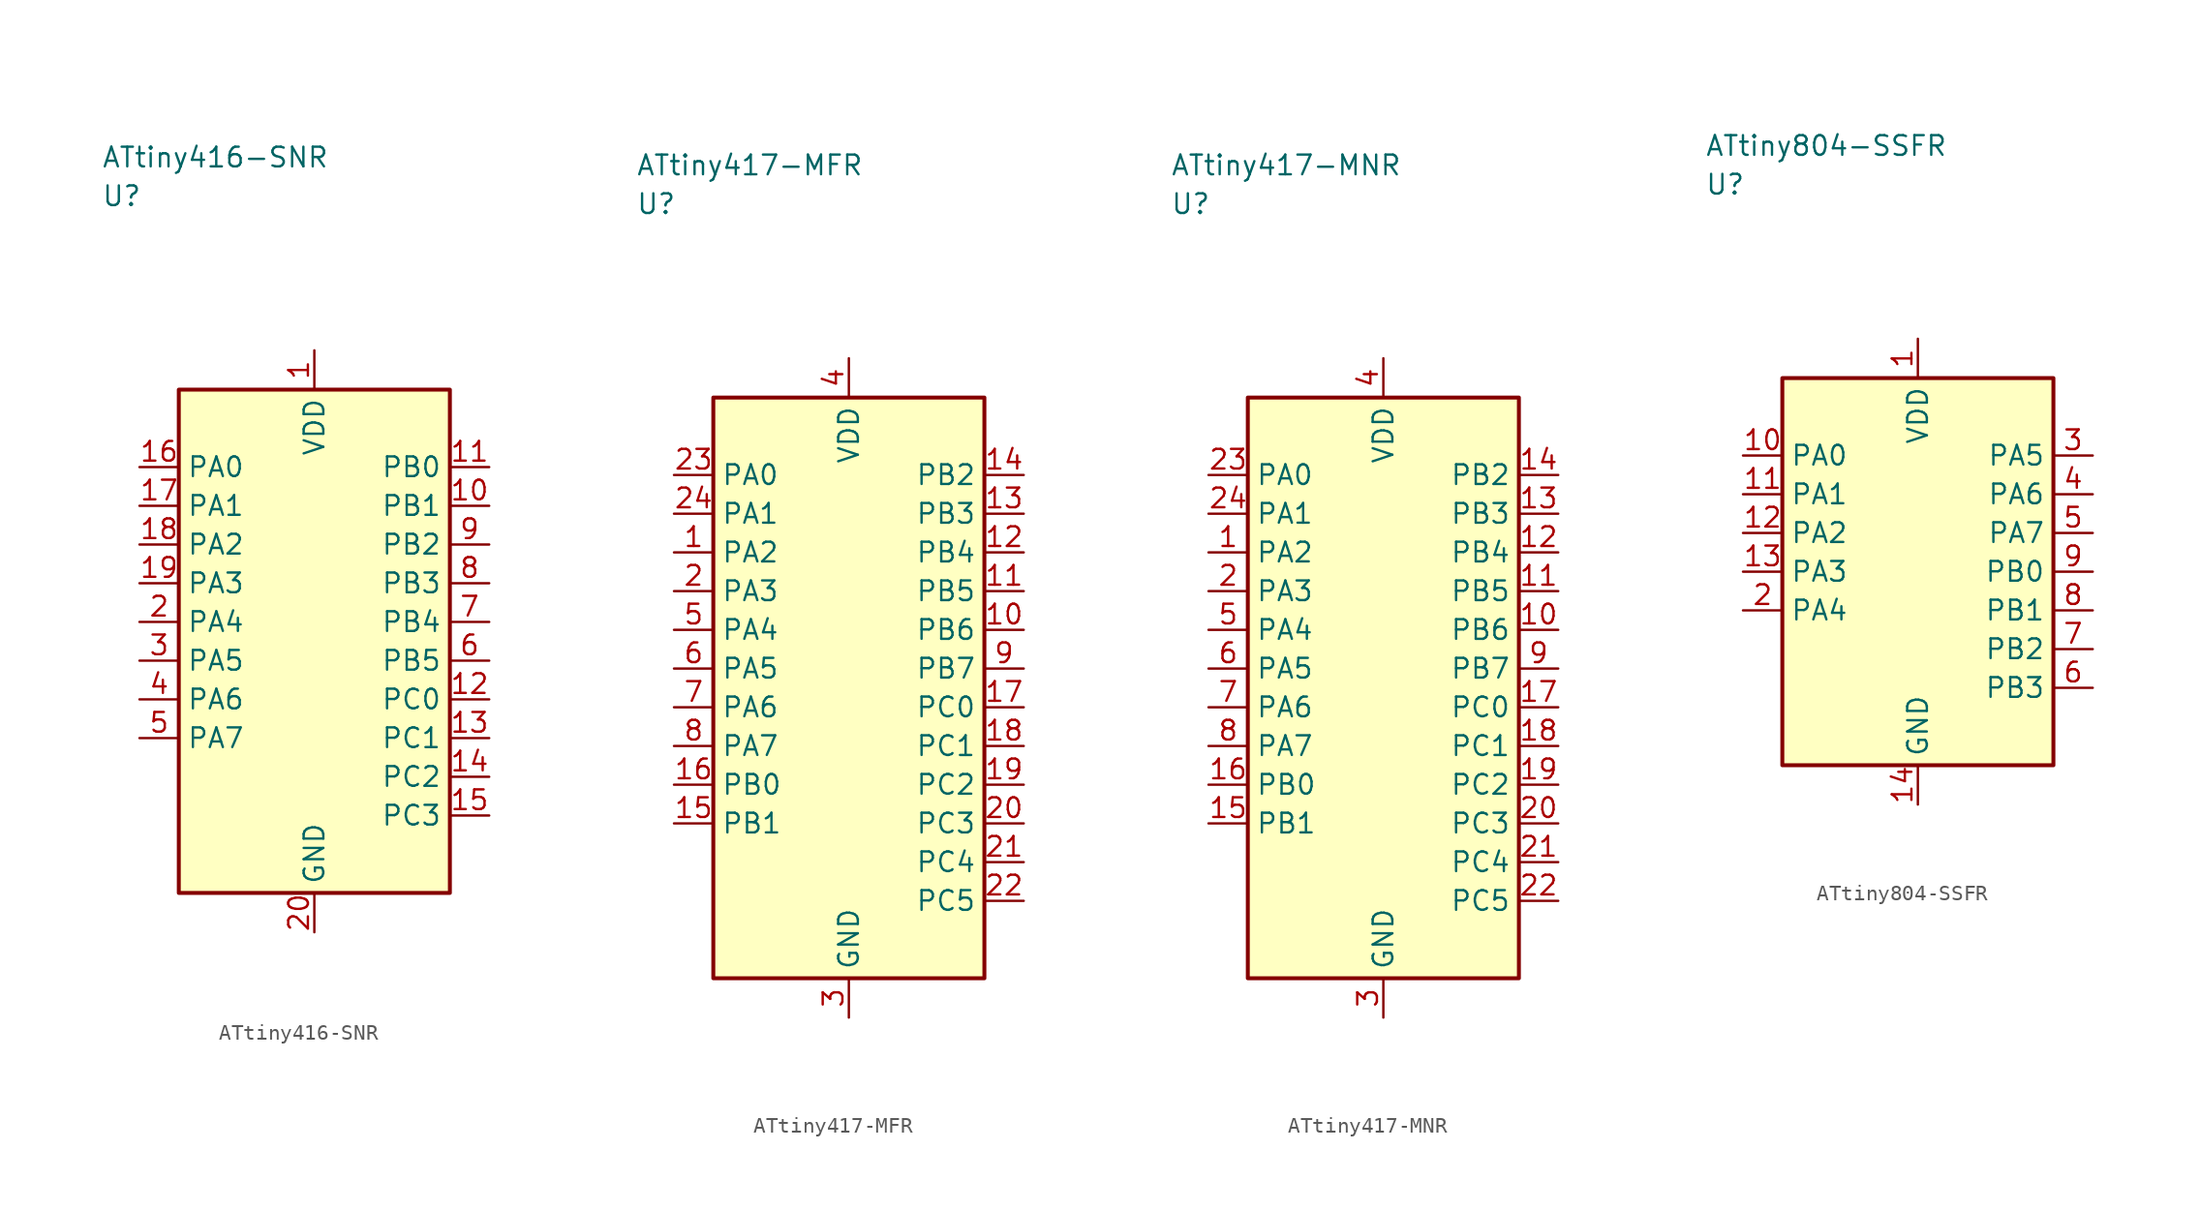
<source format=kicad_sym>
(kicad_symbol_lib
  (version 20241025)
  (generator "kicad_symbol_editor")
  (generator_version "8.0")
  (symbol "ATtiny416-SNR"
    (property "Reference" "U"
      (at -13.75 28.75 0)
      (effects (font (size 1.27 1.27)) (justify left)))
    (property "Value" "ATtiny416-SNR"
      (at -13.75 31.25 0)
      (effects (font (size 1.27 1.27)) (justify left)))
    (symbol "ATtiny416-SNR_0_1"
      (rectangle (start -8.75 16.25) (end 8.75 -16.25) (stroke (width 0.254) (type default)) (fill (type background))))
    (symbol "ATtiny416-SNR_1_1"
      (pin power_in line (at 0.0 18.79 270.0) (length 2.54) (name "VDD" (effects (font (size 1.27 1.27)))) (number "1" (effects (font (size 1.27 1.27)))))
      (pin bidirectional line (at -11.29 1.25 0.0) (length 2.54) (name "PA4" (effects (font (size 1.27 1.27)))) (number "2" (effects (font (size 1.27 1.27)))))
      (pin bidirectional line (at -11.29 -1.25 0.0) (length 2.54) (name "PA5" (effects (font (size 1.27 1.27)))) (number "3" (effects (font (size 1.27 1.27)))))
      (pin bidirectional line (at -11.29 -3.75 0.0) (length 2.54) (name "PA6" (effects (font (size 1.27 1.27)))) (number "4" (effects (font (size 1.27 1.27)))))
      (pin bidirectional line (at -11.29 -6.25 0.0) (length 2.54) (name "PA7" (effects (font (size 1.27 1.27)))) (number "5" (effects (font (size 1.27 1.27)))))
      (pin bidirectional line (at 11.29 -1.25 180.0) (length 2.54) (name "PB5" (effects (font (size 1.27 1.27)))) (number "6" (effects (font (size 1.27 1.27)))))
      (pin bidirectional line (at 11.29 1.25 180.0) (length 2.54) (name "PB4" (effects (font (size 1.27 1.27)))) (number "7" (effects (font (size 1.27 1.27)))))
      (pin bidirectional line (at 11.29 3.75 180.0) (length 2.54) (name "PB3" (effects (font (size 1.27 1.27)))) (number "8" (effects (font (size 1.27 1.27)))))
      (pin bidirectional line (at 11.29 6.25 180.0) (length 2.54) (name "PB2" (effects (font (size 1.27 1.27)))) (number "9" (effects (font (size 1.27 1.27)))))
      (pin bidirectional line (at 11.29 8.75 180.0) (length 2.54) (name "PB1" (effects (font (size 1.27 1.27)))) (number "10" (effects (font (size 1.27 1.27)))))
      (pin bidirectional line (at 11.29 11.25 180.0) (length 2.54) (name "PB0" (effects (font (size 1.27 1.27)))) (number "11" (effects (font (size 1.27 1.27)))))
      (pin bidirectional line (at 11.29 -3.75 180.0) (length 2.54) (name "PC0" (effects (font (size 1.27 1.27)))) (number "12" (effects (font (size 1.27 1.27)))))
      (pin bidirectional line (at 11.29 -6.25 180.0) (length 2.54) (name "PC1" (effects (font (size 1.27 1.27)))) (number "13" (effects (font (size 1.27 1.27)))))
      (pin bidirectional line (at 11.29 -8.75 180.0) (length 2.54) (name "PC2" (effects (font (size 1.27 1.27)))) (number "14" (effects (font (size 1.27 1.27)))))
      (pin bidirectional line (at 11.29 -11.25 180.0) (length 2.54) (name "PC3" (effects (font (size 1.27 1.27)))) (number "15" (effects (font (size 1.27 1.27)))))
      (pin bidirectional line (at -11.29 11.25 0.0) (length 2.54) (name "PA0" (effects (font (size 1.27 1.27)))) (number "16" (effects (font (size 1.27 1.27)))))
      (pin bidirectional line (at -11.29 8.75 0.0) (length 2.54) (name "PA1" (effects (font (size 1.27 1.27)))) (number "17" (effects (font (size 1.27 1.27)))))
      (pin bidirectional line (at -11.29 6.25 0.0) (length 2.54) (name "PA2" (effects (font (size 1.27 1.27)))) (number "18" (effects (font (size 1.27 1.27)))))
      (pin bidirectional line (at -11.29 3.75 0.0) (length 2.54) (name "PA3" (effects (font (size 1.27 1.27)))) (number "19" (effects (font (size 1.27 1.27)))))
      (pin passive line (at 0.0 -18.79 90.0) (length 2.54) (name "GND" (effects (font (size 1.27 1.27)))) (number "20" (effects (font (size 1.27 1.27)))))))
  (symbol "ATtiny417-MFR"
    (property "Reference" "U"
      (at -13.75 31.25 0)
      (effects (font (size 1.27 1.27)) (justify left)))
    (property "Value" "ATtiny417-MFR"
      (at -13.75 33.75 0)
      (effects (font (size 1.27 1.27)) (justify left)))
    (symbol "ATtiny417-MFR_0_1"
      (rectangle (start -8.75 18.75) (end 8.75 -18.75) (stroke (width 0.254) (type default)) (fill (type background))))
    (symbol "ATtiny417-MFR_1_1"
      (pin bidirectional line (at -11.29 8.75 0.0) (length 2.54) (name "PA2" (effects (font (size 1.27 1.27)))) (number "1" (effects (font (size 1.27 1.27)))))
      (pin bidirectional line (at -11.29 6.25 0.0) (length 2.54) (name "PA3" (effects (font (size 1.27 1.27)))) (number "2" (effects (font (size 1.27 1.27)))))
      (pin passive line (at 0.0 -21.29 90.0) (length 2.54) (name "GND" (effects (font (size 1.27 1.27)))) (number "3" (effects (font (size 1.27 1.27)))))
      (pin power_in line (at 0.0 21.29 270.0) (length 2.54) (name "VDD" (effects (font (size 1.27 1.27)))) (number "4" (effects (font (size 1.27 1.27)))))
      (pin bidirectional line (at -11.29 3.75 0.0) (length 2.54) (name "PA4" (effects (font (size 1.27 1.27)))) (number "5" (effects (font (size 1.27 1.27)))))
      (pin bidirectional line (at -11.29 1.25 0.0) (length 2.54) (name "PA5" (effects (font (size 1.27 1.27)))) (number "6" (effects (font (size 1.27 1.27)))))
      (pin bidirectional line (at -11.29 -1.25 0.0) (length 2.54) (name "PA6" (effects (font (size 1.27 1.27)))) (number "7" (effects (font (size 1.27 1.27)))))
      (pin bidirectional line (at -11.29 -3.75 0.0) (length 2.54) (name "PA7" (effects (font (size 1.27 1.27)))) (number "8" (effects (font (size 1.27 1.27)))))
      (pin bidirectional line (at 11.29 1.25 180.0) (length 2.54) (name "PB7" (effects (font (size 1.27 1.27)))) (number "9" (effects (font (size 1.27 1.27)))))
      (pin bidirectional line (at 11.29 3.75 180.0) (length 2.54) (name "PB6" (effects (font (size 1.27 1.27)))) (number "10" (effects (font (size 1.27 1.27)))))
      (pin bidirectional line (at 11.29 6.25 180.0) (length 2.54) (name "PB5" (effects (font (size 1.27 1.27)))) (number "11" (effects (font (size 1.27 1.27)))))
      (pin bidirectional line (at 11.29 8.75 180.0) (length 2.54) (name "PB4" (effects (font (size 1.27 1.27)))) (number "12" (effects (font (size 1.27 1.27)))))
      (pin bidirectional line (at 11.29 11.25 180.0) (length 2.54) (name "PB3" (effects (font (size 1.27 1.27)))) (number "13" (effects (font (size 1.27 1.27)))))
      (pin bidirectional line (at 11.29 13.75 180.0) (length 2.54) (name "PB2" (effects (font (size 1.27 1.27)))) (number "14" (effects (font (size 1.27 1.27)))))
      (pin bidirectional line (at -11.29 -8.75 0.0) (length 2.54) (name "PB1" (effects (font (size 1.27 1.27)))) (number "15" (effects (font (size 1.27 1.27)))))
      (pin bidirectional line (at -11.29 -6.25 0.0) (length 2.54) (name "PB0" (effects (font (size 1.27 1.27)))) (number "16" (effects (font (size 1.27 1.27)))))
      (pin bidirectional line (at 11.29 -1.25 180.0) (length 2.54) (name "PC0" (effects (font (size 1.27 1.27)))) (number "17" (effects (font (size 1.27 1.27)))))
      (pin bidirectional line (at 11.29 -3.75 180.0) (length 2.54) (name "PC1" (effects (font (size 1.27 1.27)))) (number "18" (effects (font (size 1.27 1.27)))))
      (pin bidirectional line (at 11.29 -6.25 180.0) (length 2.54) (name "PC2" (effects (font (size 1.27 1.27)))) (number "19" (effects (font (size 1.27 1.27)))))
      (pin bidirectional line (at 11.29 -8.75 180.0) (length 2.54) (name "PC3" (effects (font (size 1.27 1.27)))) (number "20" (effects (font (size 1.27 1.27)))))
      (pin bidirectional line (at 11.29 -11.25 180.0) (length 2.54) (name "PC4" (effects (font (size 1.27 1.27)))) (number "21" (effects (font (size 1.27 1.27)))))
      (pin bidirectional line (at 11.29 -13.75 180.0) (length 2.54) (name "PC5" (effects (font (size 1.27 1.27)))) (number "22" (effects (font (size 1.27 1.27)))))
      (pin bidirectional line (at -11.29 13.75 0.0) (length 2.54) (name "PA0" (effects (font (size 1.27 1.27)))) (number "23" (effects (font (size 1.27 1.27)))))
      (pin bidirectional line (at -11.29 11.25 0.0) (length 2.54) (name "PA1" (effects (font (size 1.27 1.27)))) (number "24" (effects (font (size 1.27 1.27)))))))
  (symbol "ATtiny417-MNR"
    (property "Reference" "U"
      (at -13.75 31.25 0)
      (effects (font (size 1.27 1.27)) (justify left)))
    (property "Value" "ATtiny417-MNR"
      (at -13.75 33.75 0)
      (effects (font (size 1.27 1.27)) (justify left)))
    (symbol "ATtiny417-MNR_0_1"
      (rectangle (start -8.75 18.75) (end 8.75 -18.75) (stroke (width 0.254) (type default)) (fill (type background))))
    (symbol "ATtiny417-MNR_1_1"
      (pin bidirectional line (at -11.29 8.75 0.0) (length 2.54) (name "PA2" (effects (font (size 1.27 1.27)))) (number "1" (effects (font (size 1.27 1.27)))))
      (pin bidirectional line (at -11.29 6.25 0.0) (length 2.54) (name "PA3" (effects (font (size 1.27 1.27)))) (number "2" (effects (font (size 1.27 1.27)))))
      (pin passive line (at 0.0 -21.29 90.0) (length 2.54) (name "GND" (effects (font (size 1.27 1.27)))) (number "3" (effects (font (size 1.27 1.27)))))
      (pin power_in line (at 0.0 21.29 270.0) (length 2.54) (name "VDD" (effects (font (size 1.27 1.27)))) (number "4" (effects (font (size 1.27 1.27)))))
      (pin bidirectional line (at -11.29 3.75 0.0) (length 2.54) (name "PA4" (effects (font (size 1.27 1.27)))) (number "5" (effects (font (size 1.27 1.27)))))
      (pin bidirectional line (at -11.29 1.25 0.0) (length 2.54) (name "PA5" (effects (font (size 1.27 1.27)))) (number "6" (effects (font (size 1.27 1.27)))))
      (pin bidirectional line (at -11.29 -1.25 0.0) (length 2.54) (name "PA6" (effects (font (size 1.27 1.27)))) (number "7" (effects (font (size 1.27 1.27)))))
      (pin bidirectional line (at -11.29 -3.75 0.0) (length 2.54) (name "PA7" (effects (font (size 1.27 1.27)))) (number "8" (effects (font (size 1.27 1.27)))))
      (pin bidirectional line (at 11.29 1.25 180.0) (length 2.54) (name "PB7" (effects (font (size 1.27 1.27)))) (number "9" (effects (font (size 1.27 1.27)))))
      (pin bidirectional line (at 11.29 3.75 180.0) (length 2.54) (name "PB6" (effects (font (size 1.27 1.27)))) (number "10" (effects (font (size 1.27 1.27)))))
      (pin bidirectional line (at 11.29 6.25 180.0) (length 2.54) (name "PB5" (effects (font (size 1.27 1.27)))) (number "11" (effects (font (size 1.27 1.27)))))
      (pin bidirectional line (at 11.29 8.75 180.0) (length 2.54) (name "PB4" (effects (font (size 1.27 1.27)))) (number "12" (effects (font (size 1.27 1.27)))))
      (pin bidirectional line (at 11.29 11.25 180.0) (length 2.54) (name "PB3" (effects (font (size 1.27 1.27)))) (number "13" (effects (font (size 1.27 1.27)))))
      (pin bidirectional line (at 11.29 13.75 180.0) (length 2.54) (name "PB2" (effects (font (size 1.27 1.27)))) (number "14" (effects (font (size 1.27 1.27)))))
      (pin bidirectional line (at -11.29 -8.75 0.0) (length 2.54) (name "PB1" (effects (font (size 1.27 1.27)))) (number "15" (effects (font (size 1.27 1.27)))))
      (pin bidirectional line (at -11.29 -6.25 0.0) (length 2.54) (name "PB0" (effects (font (size 1.27 1.27)))) (number "16" (effects (font (size 1.27 1.27)))))
      (pin bidirectional line (at 11.29 -1.25 180.0) (length 2.54) (name "PC0" (effects (font (size 1.27 1.27)))) (number "17" (effects (font (size 1.27 1.27)))))
      (pin bidirectional line (at 11.29 -3.75 180.0) (length 2.54) (name "PC1" (effects (font (size 1.27 1.27)))) (number "18" (effects (font (size 1.27 1.27)))))
      (pin bidirectional line (at 11.29 -6.25 180.0) (length 2.54) (name "PC2" (effects (font (size 1.27 1.27)))) (number "19" (effects (font (size 1.27 1.27)))))
      (pin bidirectional line (at 11.29 -8.75 180.0) (length 2.54) (name "PC3" (effects (font (size 1.27 1.27)))) (number "20" (effects (font (size 1.27 1.27)))))
      (pin bidirectional line (at 11.29 -11.25 180.0) (length 2.54) (name "PC4" (effects (font (size 1.27 1.27)))) (number "21" (effects (font (size 1.27 1.27)))))
      (pin bidirectional line (at 11.29 -13.75 180.0) (length 2.54) (name "PC5" (effects (font (size 1.27 1.27)))) (number "22" (effects (font (size 1.27 1.27)))))
      (pin bidirectional line (at -11.29 13.75 0.0) (length 2.54) (name "PA0" (effects (font (size 1.27 1.27)))) (number "23" (effects (font (size 1.27 1.27)))))
      (pin bidirectional line (at -11.29 11.25 0.0) (length 2.54) (name "PA1" (effects (font (size 1.27 1.27)))) (number "24" (effects (font (size 1.27 1.27)))))))
  (symbol "ATtiny804-SSFR"
    (property "Reference" "U"
      (at -13.75 25.0 0)
      (effects (font (size 1.27 1.27)) (justify left)))
    (property "Value" "ATtiny804-SSFR"
      (at -13.75 27.5 0)
      (effects (font (size 1.27 1.27)) (justify left)))
    (symbol "ATtiny804-SSFR_0_1"
      (rectangle (start -8.75 12.5) (end 8.75 -12.5) (stroke (width 0.254) (type default)) (fill (type background))))
    (symbol "ATtiny804-SSFR_1_1"
      (pin power_in line (at 0.0 15.04 270.0) (length 2.54) (name "VDD" (effects (font (size 1.27 1.27)))) (number "1" (effects (font (size 1.27 1.27)))))
      (pin bidirectional line (at -11.29 -2.5 0.0) (length 2.54) (name "PA4" (effects (font (size 1.27 1.27)))) (number "2" (effects (font (size 1.27 1.27)))))
      (pin bidirectional line (at 11.29 7.5 180.0) (length 2.54) (name "PA5" (effects (font (size 1.27 1.27)))) (number "3" (effects (font (size 1.27 1.27)))))
      (pin bidirectional line (at 11.29 5.0 180.0) (length 2.54) (name "PA6" (effects (font (size 1.27 1.27)))) (number "4" (effects (font (size 1.27 1.27)))))
      (pin bidirectional line (at 11.29 2.5 180.0) (length 2.54) (name "PA7" (effects (font (size 1.27 1.27)))) (number "5" (effects (font (size 1.27 1.27)))))
      (pin bidirectional line (at 11.29 -7.5 180.0) (length 2.54) (name "PB3" (effects (font (size 1.27 1.27)))) (number "6" (effects (font (size 1.27 1.27)))))
      (pin bidirectional line (at 11.29 -5.0 180.0) (length 2.54) (name "PB2" (effects (font (size 1.27 1.27)))) (number "7" (effects (font (size 1.27 1.27)))))
      (pin bidirectional line (at 11.29 -2.5 180.0) (length 2.54) (name "PB1" (effects (font (size 1.27 1.27)))) (number "8" (effects (font (size 1.27 1.27)))))
      (pin bidirectional line (at 11.29 0.0 180.0) (length 2.54) (name "PB0" (effects (font (size 1.27 1.27)))) (number "9" (effects (font (size 1.27 1.27)))))
      (pin bidirectional line (at -11.29 7.5 0.0) (length 2.54) (name "PA0" (effects (font (size 1.27 1.27)))) (number "10" (effects (font (size 1.27 1.27)))))
      (pin bidirectional line (at -11.29 5.0 0.0) (length 2.54) (name "PA1" (effects (font (size 1.27 1.27)))) (number "11" (effects (font (size 1.27 1.27)))))
      (pin bidirectional line (at -11.29 2.5 0.0) (length 2.54) (name "PA2" (effects (font (size 1.27 1.27)))) (number "12" (effects (font (size 1.27 1.27)))))
      (pin bidirectional line (at -11.29 0.0 0.0) (length 2.54) (name "PA3" (effects (font (size 1.27 1.27)))) (number "13" (effects (font (size 1.27 1.27)))))
      (pin passive line (at 0.0 -15.04 90.0) (length 2.54) (name "GND" (effects (font (size 1.27 1.27)))) (number "14" (effects (font (size 1.27 1.27))))))))
</source>
